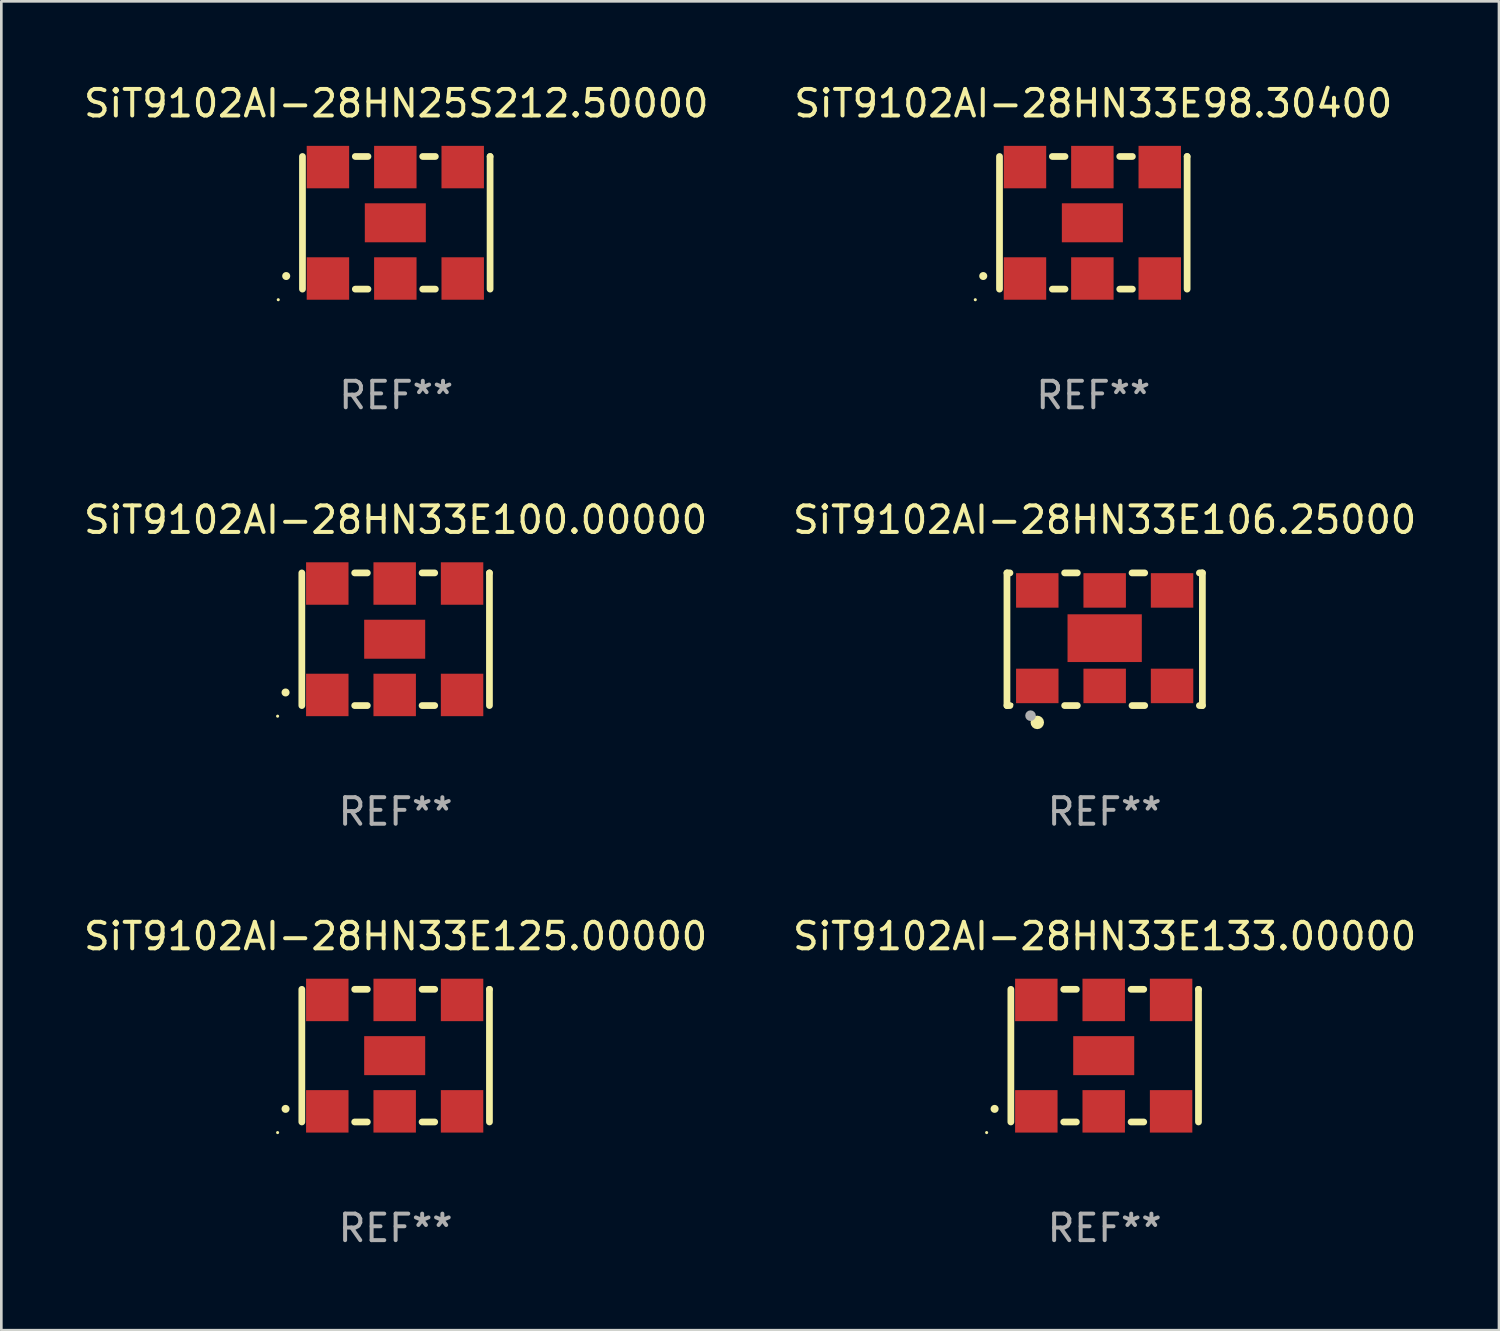
<source format=kicad_pcb>
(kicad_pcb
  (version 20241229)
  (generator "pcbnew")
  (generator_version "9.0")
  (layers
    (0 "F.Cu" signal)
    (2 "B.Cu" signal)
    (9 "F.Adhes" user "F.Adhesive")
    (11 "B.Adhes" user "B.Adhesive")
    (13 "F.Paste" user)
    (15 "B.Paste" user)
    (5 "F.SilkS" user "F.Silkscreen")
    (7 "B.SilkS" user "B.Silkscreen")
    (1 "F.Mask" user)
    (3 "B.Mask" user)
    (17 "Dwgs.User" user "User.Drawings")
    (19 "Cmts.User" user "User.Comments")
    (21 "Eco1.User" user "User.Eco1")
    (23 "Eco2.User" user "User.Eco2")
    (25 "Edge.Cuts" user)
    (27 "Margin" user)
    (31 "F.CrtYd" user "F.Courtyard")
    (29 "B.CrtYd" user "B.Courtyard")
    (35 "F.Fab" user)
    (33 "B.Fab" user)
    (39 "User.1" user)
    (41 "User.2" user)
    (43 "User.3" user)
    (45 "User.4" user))
  (footprint "SiT9102AI-28HN33E133.00000"
    (layer "F.Cu")
    (at 38.589 36.741)
    (property "Reference" "SiT9102AI-28HN33E133.00000" (at 0 -4.5 0) (layer "F.SilkS") (effects (font (size 1 1) (thickness 0.15))))
    (attr through_hole)
    (fp_line (start -3.536 -2.5) (end -3.536 2.5) (stroke (width 0.254) (type solid)) (layer "F.SilkS"))
    (fp_line (start -1.544 2.5) (end -1.067 2.5) (stroke (width 0.254) (type solid)) (layer "F.SilkS"))
    (fp_line (start -1.067 -2.5) (end -1.544 -2.5) (stroke (width 0.254) (type solid)) (layer "F.SilkS"))
    (fp_line (start 0.996 2.5) (end 1.473 2.5) (stroke (width 0.254) (type solid)) (layer "F.SilkS"))
    (fp_line (start 1.473 -2.5) (end 0.996 -2.5) (stroke (width 0.254) (type solid)) (layer "F.SilkS"))
    (fp_line (start 3.536 -2.5) (end 3.536 -2.5) (stroke (width 0.254) (type solid)) (layer "F.SilkS"))
    (fp_line (start 3.536 2.5) (end 3.536 -2.5) (stroke (width 0.254) (type solid)) (layer "F.SilkS"))
    (fp_arc (start -4.150432 2.006604) (mid -4.149162 2.006599) (end -4.147892 2.006604) (stroke (width 0.3) (type solid)) (layer "F.SilkS"))
    (fp_circle (center -4.449 2.9) (end -4.419 2.9) (stroke (width 0.06) (type solid)) (fill no) (layer "F.SilkS"))
    (fp_text user "REF**" (at 0 6.5 0) (layer "F.Fab") (effects (font (size 1 1) (thickness 0.15))))
    (pad "1" smd rect (at -2.576 2.1) (size 1.6 1.6) (layers "F.Cu" "F.Mask" "F.Paste"))
    (pad "2" smd rect (at -0.036 2.1) (size 1.6 1.6) (layers "F.Cu" "F.Mask" "F.Paste"))
    (pad "3" smd rect (at 2.504 2.1) (size 1.6 1.6) (layers "F.Cu" "F.Mask" "F.Paste"))
    (pad "4" smd rect (at 2.504 -2.1) (size 1.6 1.6) (layers "F.Cu" "F.Mask" "F.Paste"))
    (pad "5" smd rect (at -0.036 -2.1) (size 1.6 1.6) (layers "F.Cu" "F.Mask" "F.Paste"))
    (pad "6" smd rect (at -2.576 -2.1) (size 1.6 1.6) (layers "F.Cu" "F.Mask" "F.Paste"))
    (pad "7" smd rect (at -0.036 0) (size 2.3 1.47) (layers "F.Cu" "F.Mask" "F.Paste")))
  (footprint "SiT9102AI-28HN33E106.25000"
    (layer "F.Cu")
    (at 38.589 21.045)
    (property "Reference" "SiT9102AI-28HN33E106.25000" (at 0 -4.5 0) (layer "F.SilkS") (effects (font (size 1 1) (thickness 0.15))))
    (attr through_hole)
    (fp_line (start -3.683 -2.5) (end -3.571 -2.5) (stroke (width 0.254) (type solid)) (layer "F.SilkS"))
    (fp_line (start -3.683 2.5) (end -3.683 -2.5) (stroke (width 0.254) (type solid)) (layer "F.SilkS"))
    (fp_line (start -3.683 2.5) (end -3.571 2.5) (stroke (width 0.254) (type solid)) (layer "F.SilkS"))
    (fp_line (start -1.509 -2.5) (end -1.031 -2.5) (stroke (width 0.254) (type solid)) (layer "F.SilkS"))
    (fp_line (start -1.509 2.5) (end -1.031 2.5) (stroke (width 0.254) (type solid)) (layer "F.SilkS"))
    (fp_line (start 1.031 -2.5) (end 1.509 -2.5) (stroke (width 0.254) (type solid)) (layer "F.SilkS"))
    (fp_line (start 1.031 2.5) (end 1.509 2.5) (stroke (width 0.254) (type solid)) (layer "F.SilkS"))
    (fp_line (start 3.571 -2.5) (end 3.683 -2.5) (stroke (width 0.254) (type solid)) (layer "F.SilkS"))
    (fp_line (start 3.571 2.5) (end 3.683 2.5) (stroke (width 0.254) (type solid)) (layer "F.SilkS"))
    (fp_line (start 3.683 2.5) (end 3.683 -2.5) (stroke (width 0.254) (type solid)) (layer "F.SilkS"))
    (fp_circle (center -3.5 2.46) (end -3.47 2.46) (stroke (width 0.06) (type solid)) (fill no) (layer "F.SilkS"))
    (fp_circle (center -2.54 3.135) (end -2.413 3.135) (stroke (width 0.254) (type solid)) (fill no) (layer "F.SilkS"))
    (fp_circle (center -2.794 2.881) (end -2.694 2.881) (stroke (width 0.2) (type solid)) (fill no) (layer "F.Fab"))
    (fp_text user "REF**" (at 0 6.5 0) (layer "F.Fab") (effects (font (size 1 1) (thickness 0.15))))
    (pad "1" smd rect (at -2.54 1.76) (size 1.6 1.3) (layers "F.Cu" "F.Mask" "F.Paste"))
    (pad "2" smd rect (at 0 1.76) (size 1.6 1.3) (layers "F.Cu" "F.Mask" "F.Paste"))
    (pad "3" smd rect (at 2.54 1.76) (size 1.6 1.3) (layers "F.Cu" "F.Mask" "F.Paste"))
    (pad "4" smd rect (at 2.54 -1.84) (size 1.6 1.3) (layers "F.Cu" "F.Mask" "F.Paste"))
    (pad "5" smd rect (at 0 -1.84) (size 1.6 1.3) (layers "F.Cu" "F.Mask" "F.Paste"))
    (pad "6" smd rect (at -2.54 -1.84) (size 1.6 1.3) (layers "F.Cu" "F.Mask" "F.Paste"))
    (pad "7" smd rect (at 0 -0.04) (size 2.8 1.8) (layers "F.Cu" "F.Mask" "F.Paste")))
  (footprint "SiT9102AI-28HN25S212.50000"
    (layer "F.Cu")
    (at 11.887 5.348)
    (property "Reference" "SiT9102AI-28HN25S212.50000" (at 0 -4.5 0) (layer "F.SilkS") (effects (font (size 1 1) (thickness 0.15))))
    (attr through_hole)
    (fp_line (start -3.536 -2.5) (end -3.536 2.5) (stroke (width 0.254) (type solid)) (layer "F.SilkS"))
    (fp_line (start -1.544 2.5) (end -1.067 2.5) (stroke (width 0.254) (type solid)) (layer "F.SilkS"))
    (fp_line (start -1.067 -2.5) (end -1.544 -2.5) (stroke (width 0.254) (type solid)) (layer "F.SilkS"))
    (fp_line (start 0.996 2.5) (end 1.473 2.5) (stroke (width 0.254) (type solid)) (layer "F.SilkS"))
    (fp_line (start 1.473 -2.5) (end 0.996 -2.5) (stroke (width 0.254) (type solid)) (layer "F.SilkS"))
    (fp_line (start 3.536 -2.5) (end 3.536 -2.5) (stroke (width 0.254) (type solid)) (layer "F.SilkS"))
    (fp_line (start 3.536 2.5) (end 3.536 -2.5) (stroke (width 0.254) (type solid)) (layer "F.SilkS"))
    (fp_arc (start -4.150432 2.006604) (mid -4.149162 2.006599) (end -4.147892 2.006604) (stroke (width 0.3) (type solid)) (layer "F.SilkS"))
    (fp_circle (center -4.449 2.9) (end -4.419 2.9) (stroke (width 0.06) (type solid)) (fill no) (layer "F.SilkS"))
    (fp_text user "REF**" (at 0 6.5 0) (layer "F.Fab") (effects (font (size 1 1) (thickness 0.15))))
    (pad "1" smd rect (at -2.576 2.1) (size 1.6 1.6) (layers "F.Cu" "F.Mask" "F.Paste"))
    (pad "2" smd rect (at -0.036 2.1) (size 1.6 1.6) (layers "F.Cu" "F.Mask" "F.Paste"))
    (pad "3" smd rect (at 2.504 2.1) (size 1.6 1.6) (layers "F.Cu" "F.Mask" "F.Paste"))
    (pad "4" smd rect (at 2.504 -2.1) (size 1.6 1.6) (layers "F.Cu" "F.Mask" "F.Paste"))
    (pad "5" smd rect (at -0.036 -2.1) (size 1.6 1.6) (layers "F.Cu" "F.Mask" "F.Paste"))
    (pad "6" smd rect (at -2.576 -2.1) (size 1.6 1.6) (layers "F.Cu" "F.Mask" "F.Paste"))
    (pad "7" smd rect (at -0.036 0) (size 2.3 1.47) (layers "F.Cu" "F.Mask" "F.Paste")))
  (footprint "SiT9102AI-28HN33E100.00000"
    (layer "F.Cu")
    (at 11.863 21.045)
    (property "Reference" "SiT9102AI-28HN33E100.00000" (at 0 -4.5 0) (layer "F.SilkS") (effects (font (size 1 1) (thickness 0.15))))
    (attr through_hole)
    (fp_line (start -3.536 -2.5) (end -3.536 2.5) (stroke (width 0.254) (type solid)) (layer "F.SilkS"))
    (fp_line (start -1.544 2.5) (end -1.067 2.5) (stroke (width 0.254) (type solid)) (layer "F.SilkS"))
    (fp_line (start -1.067 -2.5) (end -1.544 -2.5) (stroke (width 0.254) (type solid)) (layer "F.SilkS"))
    (fp_line (start 0.996 2.5) (end 1.473 2.5) (stroke (width 0.254) (type solid)) (layer "F.SilkS"))
    (fp_line (start 1.473 -2.5) (end 0.996 -2.5) (stroke (width 0.254) (type solid)) (layer "F.SilkS"))
    (fp_line (start 3.536 -2.5) (end 3.536 -2.5) (stroke (width 0.254) (type solid)) (layer "F.SilkS"))
    (fp_line (start 3.536 2.5) (end 3.536 -2.5) (stroke (width 0.254) (type solid)) (layer "F.SilkS"))
    (fp_arc (start -4.150432 2.006604) (mid -4.149162 2.006599) (end -4.147892 2.006604) (stroke (width 0.3) (type solid)) (layer "F.SilkS"))
    (fp_circle (center -4.449 2.9) (end -4.419 2.9) (stroke (width 0.06) (type solid)) (fill no) (layer "F.SilkS"))
    (fp_text user "REF**" (at 0 6.5 0) (layer "F.Fab") (effects (font (size 1 1) (thickness 0.15))))
    (pad "1" smd rect (at -2.576 2.1) (size 1.6 1.6) (layers "F.Cu" "F.Mask" "F.Paste"))
    (pad "2" smd rect (at -0.036 2.1) (size 1.6 1.6) (layers "F.Cu" "F.Mask" "F.Paste"))
    (pad "3" smd rect (at 2.504 2.1) (size 1.6 1.6) (layers "F.Cu" "F.Mask" "F.Paste"))
    (pad "4" smd rect (at 2.504 -2.1) (size 1.6 1.6) (layers "F.Cu" "F.Mask" "F.Paste"))
    (pad "5" smd rect (at -0.036 -2.1) (size 1.6 1.6) (layers "F.Cu" "F.Mask" "F.Paste"))
    (pad "6" smd rect (at -2.576 -2.1) (size 1.6 1.6) (layers "F.Cu" "F.Mask" "F.Paste"))
    (pad "7" smd rect (at -0.036 0) (size 2.3 1.47) (layers "F.Cu" "F.Mask" "F.Paste")))
  (footprint "SiT9102AI-28HN33E125.00000"
    (layer "F.Cu")
    (at 11.863 36.741)
    (property "Reference" "SiT9102AI-28HN33E125.00000" (at 0 -4.5 0) (layer "F.SilkS") (effects (font (size 1 1) (thickness 0.15))))
    (attr through_hole)
    (fp_line (start -3.536 -2.5) (end -3.536 2.5) (stroke (width 0.254) (type solid)) (layer "F.SilkS"))
    (fp_line (start -1.544 2.5) (end -1.067 2.5) (stroke (width 0.254) (type solid)) (layer "F.SilkS"))
    (fp_line (start -1.067 -2.5) (end -1.544 -2.5) (stroke (width 0.254) (type solid)) (layer "F.SilkS"))
    (fp_line (start 0.996 2.5) (end 1.473 2.5) (stroke (width 0.254) (type solid)) (layer "F.SilkS"))
    (fp_line (start 1.473 -2.5) (end 0.996 -2.5) (stroke (width 0.254) (type solid)) (layer "F.SilkS"))
    (fp_line (start 3.536 -2.5) (end 3.536 -2.5) (stroke (width 0.254) (type solid)) (layer "F.SilkS"))
    (fp_line (start 3.536 2.5) (end 3.536 -2.5) (stroke (width 0.254) (type solid)) (layer "F.SilkS"))
    (fp_arc (start -4.150432 2.006604) (mid -4.149162 2.006599) (end -4.147892 2.006604) (stroke (width 0.3) (type solid)) (layer "F.SilkS"))
    (fp_circle (center -4.449 2.9) (end -4.419 2.9) (stroke (width 0.06) (type solid)) (fill no) (layer "F.SilkS"))
    (fp_text user "REF**" (at 0 6.5 0) (layer "F.Fab") (effects (font (size 1 1) (thickness 0.15))))
    (pad "1" smd rect (at -2.576 2.1) (size 1.6 1.6) (layers "F.Cu" "F.Mask" "F.Paste"))
    (pad "2" smd rect (at -0.036 2.1) (size 1.6 1.6) (layers "F.Cu" "F.Mask" "F.Paste"))
    (pad "3" smd rect (at 2.504 2.1) (size 1.6 1.6) (layers "F.Cu" "F.Mask" "F.Paste"))
    (pad "4" smd rect (at 2.504 -2.1) (size 1.6 1.6) (layers "F.Cu" "F.Mask" "F.Paste"))
    (pad "5" smd rect (at -0.036 -2.1) (size 1.6 1.6) (layers "F.Cu" "F.Mask" "F.Paste"))
    (pad "6" smd rect (at -2.576 -2.1) (size 1.6 1.6) (layers "F.Cu" "F.Mask" "F.Paste"))
    (pad "7" smd rect (at -0.036 0) (size 2.3 1.47) (layers "F.Cu" "F.Mask" "F.Paste")))
  (footprint "SiT9102AI-28HN33E98.30400"
    (layer "F.Cu")
    (at 38.161 5.348)
    (property "Reference" "SiT9102AI-28HN33E98.30400" (at 0 -4.5 0) (layer "F.SilkS") (effects (font (size 1 1) (thickness 0.15))))
    (attr through_hole)
    (fp_line (start -3.536 -2.5) (end -3.536 2.5) (stroke (width 0.254) (type solid)) (layer "F.SilkS"))
    (fp_line (start -1.544 2.5) (end -1.067 2.5) (stroke (width 0.254) (type solid)) (layer "F.SilkS"))
    (fp_line (start -1.067 -2.5) (end -1.544 -2.5) (stroke (width 0.254) (type solid)) (layer "F.SilkS"))
    (fp_line (start 0.996 2.5) (end 1.473 2.5) (stroke (width 0.254) (type solid)) (layer "F.SilkS"))
    (fp_line (start 1.473 -2.5) (end 0.996 -2.5) (stroke (width 0.254) (type solid)) (layer "F.SilkS"))
    (fp_line (start 3.536 -2.5) (end 3.536 -2.5) (stroke (width 0.254) (type solid)) (layer "F.SilkS"))
    (fp_line (start 3.536 2.5) (end 3.536 -2.5) (stroke (width 0.254) (type solid)) (layer "F.SilkS"))
    (fp_arc (start -4.150432 2.006604) (mid -4.149162 2.006599) (end -4.147892 2.006604) (stroke (width 0.3) (type solid)) (layer "F.SilkS"))
    (fp_circle (center -4.449 2.9) (end -4.419 2.9) (stroke (width 0.06) (type solid)) (fill no) (layer "F.SilkS"))
    (fp_text user "REF**" (at 0 6.5 0) (layer "F.Fab") (effects (font (size 1 1) (thickness 0.15))))
    (pad "1" smd rect (at -2.576 2.1) (size 1.6 1.6) (layers "F.Cu" "F.Mask" "F.Paste"))
    (pad "2" smd rect (at -0.036 2.1) (size 1.6 1.6) (layers "F.Cu" "F.Mask" "F.Paste"))
    (pad "3" smd rect (at 2.504 2.1) (size 1.6 1.6) (layers "F.Cu" "F.Mask" "F.Paste"))
    (pad "4" smd rect (at 2.504 -2.1) (size 1.6 1.6) (layers "F.Cu" "F.Mask" "F.Paste"))
    (pad "5" smd rect (at -0.036 -2.1) (size 1.6 1.6) (layers "F.Cu" "F.Mask" "F.Paste"))
    (pad "6" smd rect (at -2.576 -2.1) (size 1.6 1.6) (layers "F.Cu" "F.Mask" "F.Paste"))
    (pad "7" smd rect (at -0.036 0) (size 2.3 1.47) (layers "F.Cu" "F.Mask" "F.Paste")))
  (gr_rect
    (start -3 -3)
    (end 53.452 47.09)
    (stroke (width 0.1) (type default))
    (fill no)
    (layer "Edge.Cuts")))
</source>
